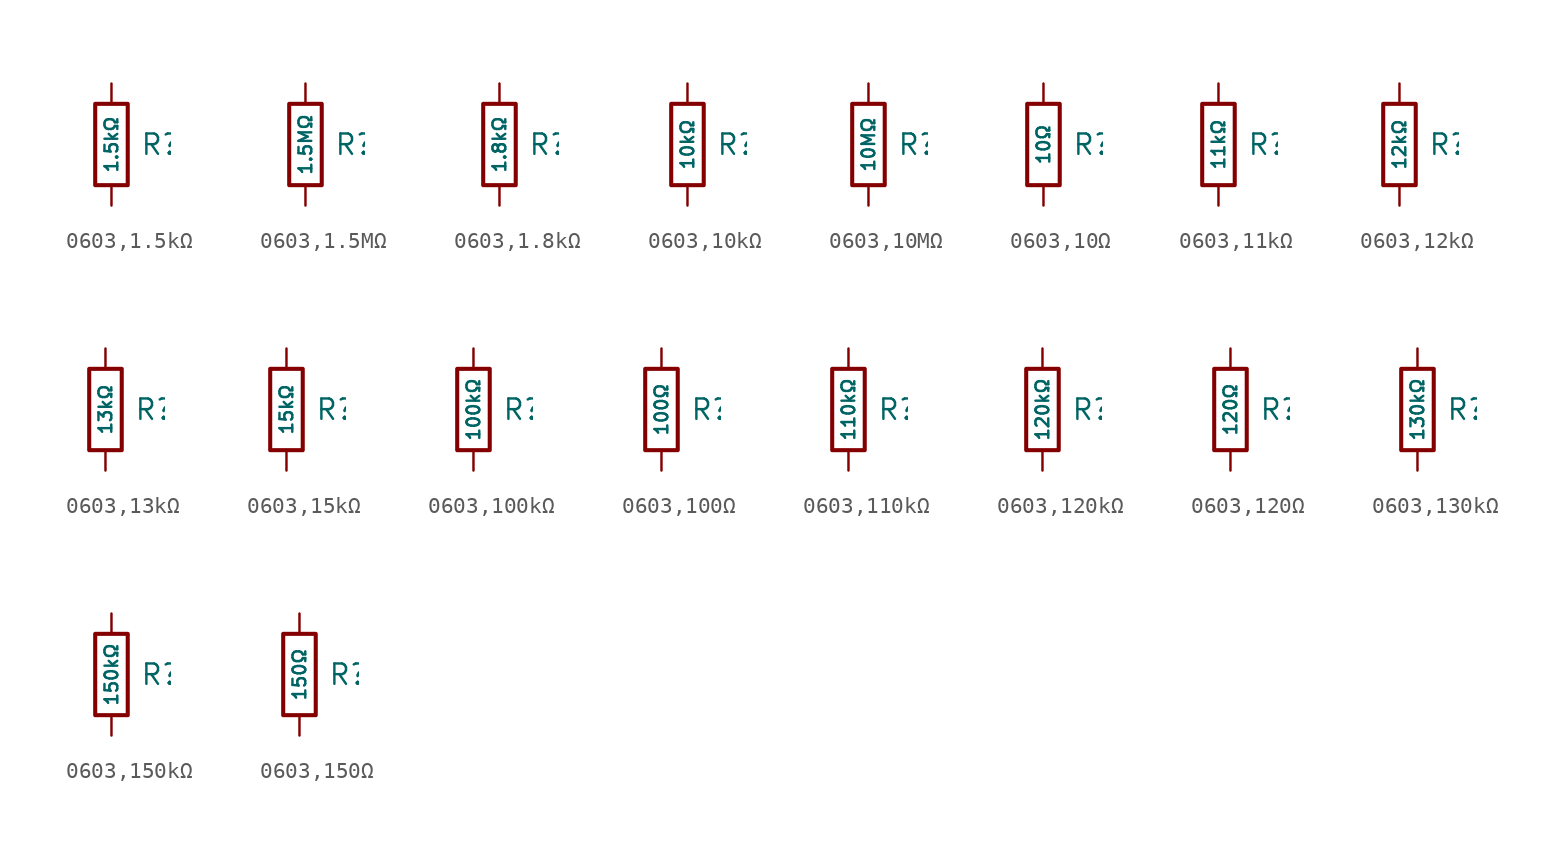
<source format=kicad_sym>
(kicad_symbol_lib
  (version 20231120)
  (generator "CDFER")
  (generator_version "8.0")
  (symbol "0603,1.5kΩ"
    (pin_numbers hide)
    (pin_names
      (offset 0))
    (property "Reference" "R"
      (at 1.778 0 0)
      (effects (font (size 1.27 1.27)) (justify left)))
    (property "Value" "1.5kΩ"
      (at 0 0 90)
      (do_not_autoplace)
      (effects (font (size 0.8 0.8))))
    (symbol "0603,1.5kΩ_0_1"
      (rectangle (start -1.016 2.54) (end 1.016 -2.54) (stroke (width 0.254) (type default)) (fill (type none))))
    (symbol "0603,1.5kΩ_1_1"
      (pin passive line (at 0 3.81 270) (length 1.27) (name "~" (effects (font (size 1.27 1.27)))) (number "1" (effects (font (size 1.27 1.27)))))
      (pin passive line (at 0 -3.81 90) (length 1.27) (name "~" (effects (font (size 1.27 1.27)))) (number "2" (effects (font (size 1.27 1.27)))))))
  (symbol "0603,1.5MΩ"
    (pin_numbers hide)
    (pin_names
      (offset 0))
    (property "Reference" "R"
      (at 1.778 0 0)
      (effects (font (size 1.27 1.27)) (justify left)))
    (property "Value" "1.5MΩ"
      (at 0 0 90)
      (do_not_autoplace)
      (effects (font (size 0.8 0.8))))
    (symbol "0603,1.5MΩ_0_1"
      (rectangle (start -1.016 2.54) (end 1.016 -2.54) (stroke (width 0.254) (type default)) (fill (type none))))
    (symbol "0603,1.5MΩ_1_1"
      (pin passive line (at 0 3.81 270) (length 1.27) (name "~" (effects (font (size 1.27 1.27)))) (number "1" (effects (font (size 1.27 1.27)))))
      (pin passive line (at 0 -3.81 90) (length 1.27) (name "~" (effects (font (size 1.27 1.27)))) (number "2" (effects (font (size 1.27 1.27)))))))
  (symbol "0603,1.8kΩ"
    (pin_numbers hide)
    (pin_names
      (offset 0))
    (property "Reference" "R"
      (at 1.778 0 0)
      (effects (font (size 1.27 1.27)) (justify left)))
    (property "Value" "1.8kΩ"
      (at 0 0 90)
      (do_not_autoplace)
      (effects (font (size 0.8 0.8))))
    (symbol "0603,1.8kΩ_0_1"
      (rectangle (start -1.016 2.54) (end 1.016 -2.54) (stroke (width 0.254) (type default)) (fill (type none))))
    (symbol "0603,1.8kΩ_1_1"
      (pin passive line (at 0 3.81 270) (length 1.27) (name "~" (effects (font (size 1.27 1.27)))) (number "1" (effects (font (size 1.27 1.27)))))
      (pin passive line (at 0 -3.81 90) (length 1.27) (name "~" (effects (font (size 1.27 1.27)))) (number "2" (effects (font (size 1.27 1.27)))))))
  (symbol "0603,10kΩ"
    (pin_numbers hide)
    (pin_names
      (offset 0))
    (property "Reference" "R"
      (at 1.778 0 0)
      (effects (font (size 1.27 1.27)) (justify left)))
    (property "Value" "10kΩ"
      (at 0 0 90)
      (do_not_autoplace)
      (effects (font (size 0.8 0.8))))
    (symbol "0603,10kΩ_0_1"
      (rectangle (start -1.016 2.54) (end 1.016 -2.54) (stroke (width 0.254) (type default)) (fill (type none))))
    (symbol "0603,10kΩ_1_1"
      (pin passive line (at 0 3.81 270) (length 1.27) (name "~" (effects (font (size 1.27 1.27)))) (number "1" (effects (font (size 1.27 1.27)))))
      (pin passive line (at 0 -3.81 90) (length 1.27) (name "~" (effects (font (size 1.27 1.27)))) (number "2" (effects (font (size 1.27 1.27)))))))
  (symbol "0603,10MΩ"
    (pin_numbers hide)
    (pin_names
      (offset 0))
    (property "Reference" "R"
      (at 1.778 0 0)
      (effects (font (size 1.27 1.27)) (justify left)))
    (property "Value" "10MΩ"
      (at 0 0 90)
      (do_not_autoplace)
      (effects (font (size 0.8 0.8))))
    (symbol "0603,10MΩ_0_1"
      (rectangle (start -1.016 2.54) (end 1.016 -2.54) (stroke (width 0.254) (type default)) (fill (type none))))
    (symbol "0603,10MΩ_1_1"
      (pin passive line (at 0 3.81 270) (length 1.27) (name "~" (effects (font (size 1.27 1.27)))) (number "1" (effects (font (size 1.27 1.27)))))
      (pin passive line (at 0 -3.81 90) (length 1.27) (name "~" (effects (font (size 1.27 1.27)))) (number "2" (effects (font (size 1.27 1.27)))))))
  (symbol "0603,10Ω"
    (pin_numbers hide)
    (pin_names
      (offset 0))
    (property "Reference" "R"
      (at 1.778 0 0)
      (effects (font (size 1.27 1.27)) (justify left)))
    (property "Value" "10Ω"
      (at 0 0 90)
      (do_not_autoplace)
      (effects (font (size 0.8 0.8))))
    (symbol "0603,10Ω_0_1"
      (rectangle (start -1.016 2.54) (end 1.016 -2.54) (stroke (width 0.254) (type default)) (fill (type none))))
    (symbol "0603,10Ω_1_1"
      (pin passive line (at 0 3.81 270) (length 1.27) (name "~" (effects (font (size 1.27 1.27)))) (number "1" (effects (font (size 1.27 1.27)))))
      (pin passive line (at 0 -3.81 90) (length 1.27) (name "~" (effects (font (size 1.27 1.27)))) (number "2" (effects (font (size 1.27 1.27)))))))
  (symbol "0603,11kΩ"
    (pin_numbers hide)
    (pin_names
      (offset 0))
    (property "Reference" "R"
      (at 1.778 0 0)
      (effects (font (size 1.27 1.27)) (justify left)))
    (property "Value" "11kΩ"
      (at 0 0 90)
      (do_not_autoplace)
      (effects (font (size 0.8 0.8))))
    (symbol "0603,11kΩ_0_1"
      (rectangle (start -1.016 2.54) (end 1.016 -2.54) (stroke (width 0.254) (type default)) (fill (type none))))
    (symbol "0603,11kΩ_1_1"
      (pin passive line (at 0 3.81 270) (length 1.27) (name "~" (effects (font (size 1.27 1.27)))) (number "1" (effects (font (size 1.27 1.27)))))
      (pin passive line (at 0 -3.81 90) (length 1.27) (name "~" (effects (font (size 1.27 1.27)))) (number "2" (effects (font (size 1.27 1.27)))))))
  (symbol "0603,12kΩ"
    (pin_numbers hide)
    (pin_names
      (offset 0))
    (property "Reference" "R"
      (at 1.778 0 0)
      (effects (font (size 1.27 1.27)) (justify left)))
    (property "Value" "12kΩ"
      (at 0 0 90)
      (do_not_autoplace)
      (effects (font (size 0.8 0.8))))
    (symbol "0603,12kΩ_0_1"
      (rectangle (start -1.016 2.54) (end 1.016 -2.54) (stroke (width 0.254) (type default)) (fill (type none))))
    (symbol "0603,12kΩ_1_1"
      (pin passive line (at 0 3.81 270) (length 1.27) (name "~" (effects (font (size 1.27 1.27)))) (number "1" (effects (font (size 1.27 1.27)))))
      (pin passive line (at 0 -3.81 90) (length 1.27) (name "~" (effects (font (size 1.27 1.27)))) (number "2" (effects (font (size 1.27 1.27)))))))
  (symbol "0603,13kΩ"
    (pin_numbers hide)
    (pin_names
      (offset 0))
    (property "Reference" "R"
      (at 1.778 0 0)
      (effects (font (size 1.27 1.27)) (justify left)))
    (property "Value" "13kΩ"
      (at 0 0 90)
      (do_not_autoplace)
      (effects (font (size 0.8 0.8))))
    (symbol "0603,13kΩ_0_1"
      (rectangle (start -1.016 2.54) (end 1.016 -2.54) (stroke (width 0.254) (type default)) (fill (type none))))
    (symbol "0603,13kΩ_1_1"
      (pin passive line (at 0 3.81 270) (length 1.27) (name "~" (effects (font (size 1.27 1.27)))) (number "1" (effects (font (size 1.27 1.27)))))
      (pin passive line (at 0 -3.81 90) (length 1.27) (name "~" (effects (font (size 1.27 1.27)))) (number "2" (effects (font (size 1.27 1.27)))))))
  (symbol "0603,15kΩ"
    (pin_numbers hide)
    (pin_names
      (offset 0))
    (property "Reference" "R"
      (at 1.778 0 0)
      (effects (font (size 1.27 1.27)) (justify left)))
    (property "Value" "15kΩ"
      (at 0 0 90)
      (do_not_autoplace)
      (effects (font (size 0.8 0.8))))
    (symbol "0603,15kΩ_0_1"
      (rectangle (start -1.016 2.54) (end 1.016 -2.54) (stroke (width 0.254) (type default)) (fill (type none))))
    (symbol "0603,15kΩ_1_1"
      (pin passive line (at 0 3.81 270) (length 1.27) (name "~" (effects (font (size 1.27 1.27)))) (number "1" (effects (font (size 1.27 1.27)))))
      (pin passive line (at 0 -3.81 90) (length 1.27) (name "~" (effects (font (size 1.27 1.27)))) (number "2" (effects (font (size 1.27 1.27)))))))
  (symbol "0603,100kΩ"
    (pin_numbers hide)
    (pin_names
      (offset 0))
    (property "Reference" "R"
      (at 1.778 0 0)
      (effects (font (size 1.27 1.27)) (justify left)))
    (property "Value" "100kΩ"
      (at 0 0 90)
      (do_not_autoplace)
      (effects (font (size 0.8 0.8))))
    (symbol "0603,100kΩ_0_1"
      (rectangle (start -1.016 2.54) (end 1.016 -2.54) (stroke (width 0.254) (type default)) (fill (type none))))
    (symbol "0603,100kΩ_1_1"
      (pin passive line (at 0 3.81 270) (length 1.27) (name "~" (effects (font (size 1.27 1.27)))) (number "1" (effects (font (size 1.27 1.27)))))
      (pin passive line (at 0 -3.81 90) (length 1.27) (name "~" (effects (font (size 1.27 1.27)))) (number "2" (effects (font (size 1.27 1.27)))))))
  (symbol "0603,100Ω"
    (pin_numbers hide)
    (pin_names
      (offset 0))
    (property "Reference" "R"
      (at 1.778 0 0)
      (effects (font (size 1.27 1.27)) (justify left)))
    (property "Value" "100Ω"
      (at 0 0 90)
      (do_not_autoplace)
      (effects (font (size 0.8 0.8))))
    (symbol "0603,100Ω_0_1"
      (rectangle (start -1.016 2.54) (end 1.016 -2.54) (stroke (width 0.254) (type default)) (fill (type none))))
    (symbol "0603,100Ω_1_1"
      (pin passive line (at 0 3.81 270) (length 1.27) (name "~" (effects (font (size 1.27 1.27)))) (number "1" (effects (font (size 1.27 1.27)))))
      (pin passive line (at 0 -3.81 90) (length 1.27) (name "~" (effects (font (size 1.27 1.27)))) (number "2" (effects (font (size 1.27 1.27)))))))
  (symbol "0603,110kΩ"
    (pin_numbers hide)
    (pin_names
      (offset 0))
    (property "Reference" "R"
      (at 1.778 0 0)
      (effects (font (size 1.27 1.27)) (justify left)))
    (property "Value" "110kΩ"
      (at 0 0 90)
      (do_not_autoplace)
      (effects (font (size 0.8 0.8))))
    (symbol "0603,110kΩ_0_1"
      (rectangle (start -1.016 2.54) (end 1.016 -2.54) (stroke (width 0.254) (type default)) (fill (type none))))
    (symbol "0603,110kΩ_1_1"
      (pin passive line (at 0 3.81 270) (length 1.27) (name "~" (effects (font (size 1.27 1.27)))) (number "1" (effects (font (size 1.27 1.27)))))
      (pin passive line (at 0 -3.81 90) (length 1.27) (name "~" (effects (font (size 1.27 1.27)))) (number "2" (effects (font (size 1.27 1.27)))))))
  (symbol "0603,120kΩ"
    (pin_numbers hide)
    (pin_names
      (offset 0))
    (property "Reference" "R"
      (at 1.778 0 0)
      (effects (font (size 1.27 1.27)) (justify left)))
    (property "Value" "120kΩ"
      (at 0 0 90)
      (do_not_autoplace)
      (effects (font (size 0.8 0.8))))
    (symbol "0603,120kΩ_0_1"
      (rectangle (start -1.016 2.54) (end 1.016 -2.54) (stroke (width 0.254) (type default)) (fill (type none))))
    (symbol "0603,120kΩ_1_1"
      (pin passive line (at 0 3.81 270) (length 1.27) (name "~" (effects (font (size 1.27 1.27)))) (number "1" (effects (font (size 1.27 1.27)))))
      (pin passive line (at 0 -3.81 90) (length 1.27) (name "~" (effects (font (size 1.27 1.27)))) (number "2" (effects (font (size 1.27 1.27)))))))
  (symbol "0603,120Ω"
    (pin_numbers hide)
    (pin_names
      (offset 0))
    (property "Reference" "R"
      (at 1.778 0 0)
      (effects (font (size 1.27 1.27)) (justify left)))
    (property "Value" "120Ω"
      (at 0 0 90)
      (do_not_autoplace)
      (effects (font (size 0.8 0.8))))
    (symbol "0603,120Ω_0_1"
      (rectangle (start -1.016 2.54) (end 1.016 -2.54) (stroke (width 0.254) (type default)) (fill (type none))))
    (symbol "0603,120Ω_1_1"
      (pin passive line (at 0 3.81 270) (length 1.27) (name "~" (effects (font (size 1.27 1.27)))) (number "1" (effects (font (size 1.27 1.27)))))
      (pin passive line (at 0 -3.81 90) (length 1.27) (name "~" (effects (font (size 1.27 1.27)))) (number "2" (effects (font (size 1.27 1.27)))))))
  (symbol "0603,130kΩ"
    (pin_numbers hide)
    (pin_names
      (offset 0))
    (property "Reference" "R"
      (at 1.778 0 0)
      (effects (font (size 1.27 1.27)) (justify left)))
    (property "Value" "130kΩ"
      (at 0 0 90)
      (do_not_autoplace)
      (effects (font (size 0.8 0.8))))
    (symbol "0603,130kΩ_0_1"
      (rectangle (start -1.016 2.54) (end 1.016 -2.54) (stroke (width 0.254) (type default)) (fill (type none))))
    (symbol "0603,130kΩ_1_1"
      (pin passive line (at 0 3.81 270) (length 1.27) (name "~" (effects (font (size 1.27 1.27)))) (number "1" (effects (font (size 1.27 1.27)))))
      (pin passive line (at 0 -3.81 90) (length 1.27) (name "~" (effects (font (size 1.27 1.27)))) (number "2" (effects (font (size 1.27 1.27)))))))
  (symbol "0603,150kΩ"
    (pin_numbers hide)
    (pin_names
      (offset 0))
    (property "Reference" "R"
      (at 1.778 0 0)
      (effects (font (size 1.27 1.27)) (justify left)))
    (property "Value" "150kΩ"
      (at 0 0 90)
      (do_not_autoplace)
      (effects (font (size 0.8 0.8))))
    (symbol "0603,150kΩ_0_1"
      (rectangle (start -1.016 2.54) (end 1.016 -2.54) (stroke (width 0.254) (type default)) (fill (type none))))
    (symbol "0603,150kΩ_1_1"
      (pin passive line (at 0 3.81 270) (length 1.27) (name "~" (effects (font (size 1.27 1.27)))) (number "1" (effects (font (size 1.27 1.27)))))
      (pin passive line (at 0 -3.81 90) (length 1.27) (name "~" (effects (font (size 1.27 1.27)))) (number "2" (effects (font (size 1.27 1.27)))))))
  (symbol "0603,150Ω"
    (pin_numbers hide)
    (pin_names
      (offset 0))
    (property "Reference" "R"
      (at 1.778 0 0)
      (effects (font (size 1.27 1.27)) (justify left)))
    (property "Value" "150Ω"
      (at 0 0 90)
      (do_not_autoplace)
      (effects (font (size 0.8 0.8))))
    (symbol "0603,150Ω_0_1"
      (rectangle (start -1.016 2.54) (end 1.016 -2.54) (stroke (width 0.254) (type default)) (fill (type none))))
    (symbol "0603,150Ω_1_1"
      (pin passive line (at 0 3.81 270) (length 1.27) (name "~" (effects (font (size 1.27 1.27)))) (number "1" (effects (font (size 1.27 1.27)))))
      (pin passive line (at 0 -3.81 90) (length 1.27) (name "~" (effects (font (size 1.27 1.27)))) (number "2" (effects (font (size 1.27 1.27))))))))
</source>
